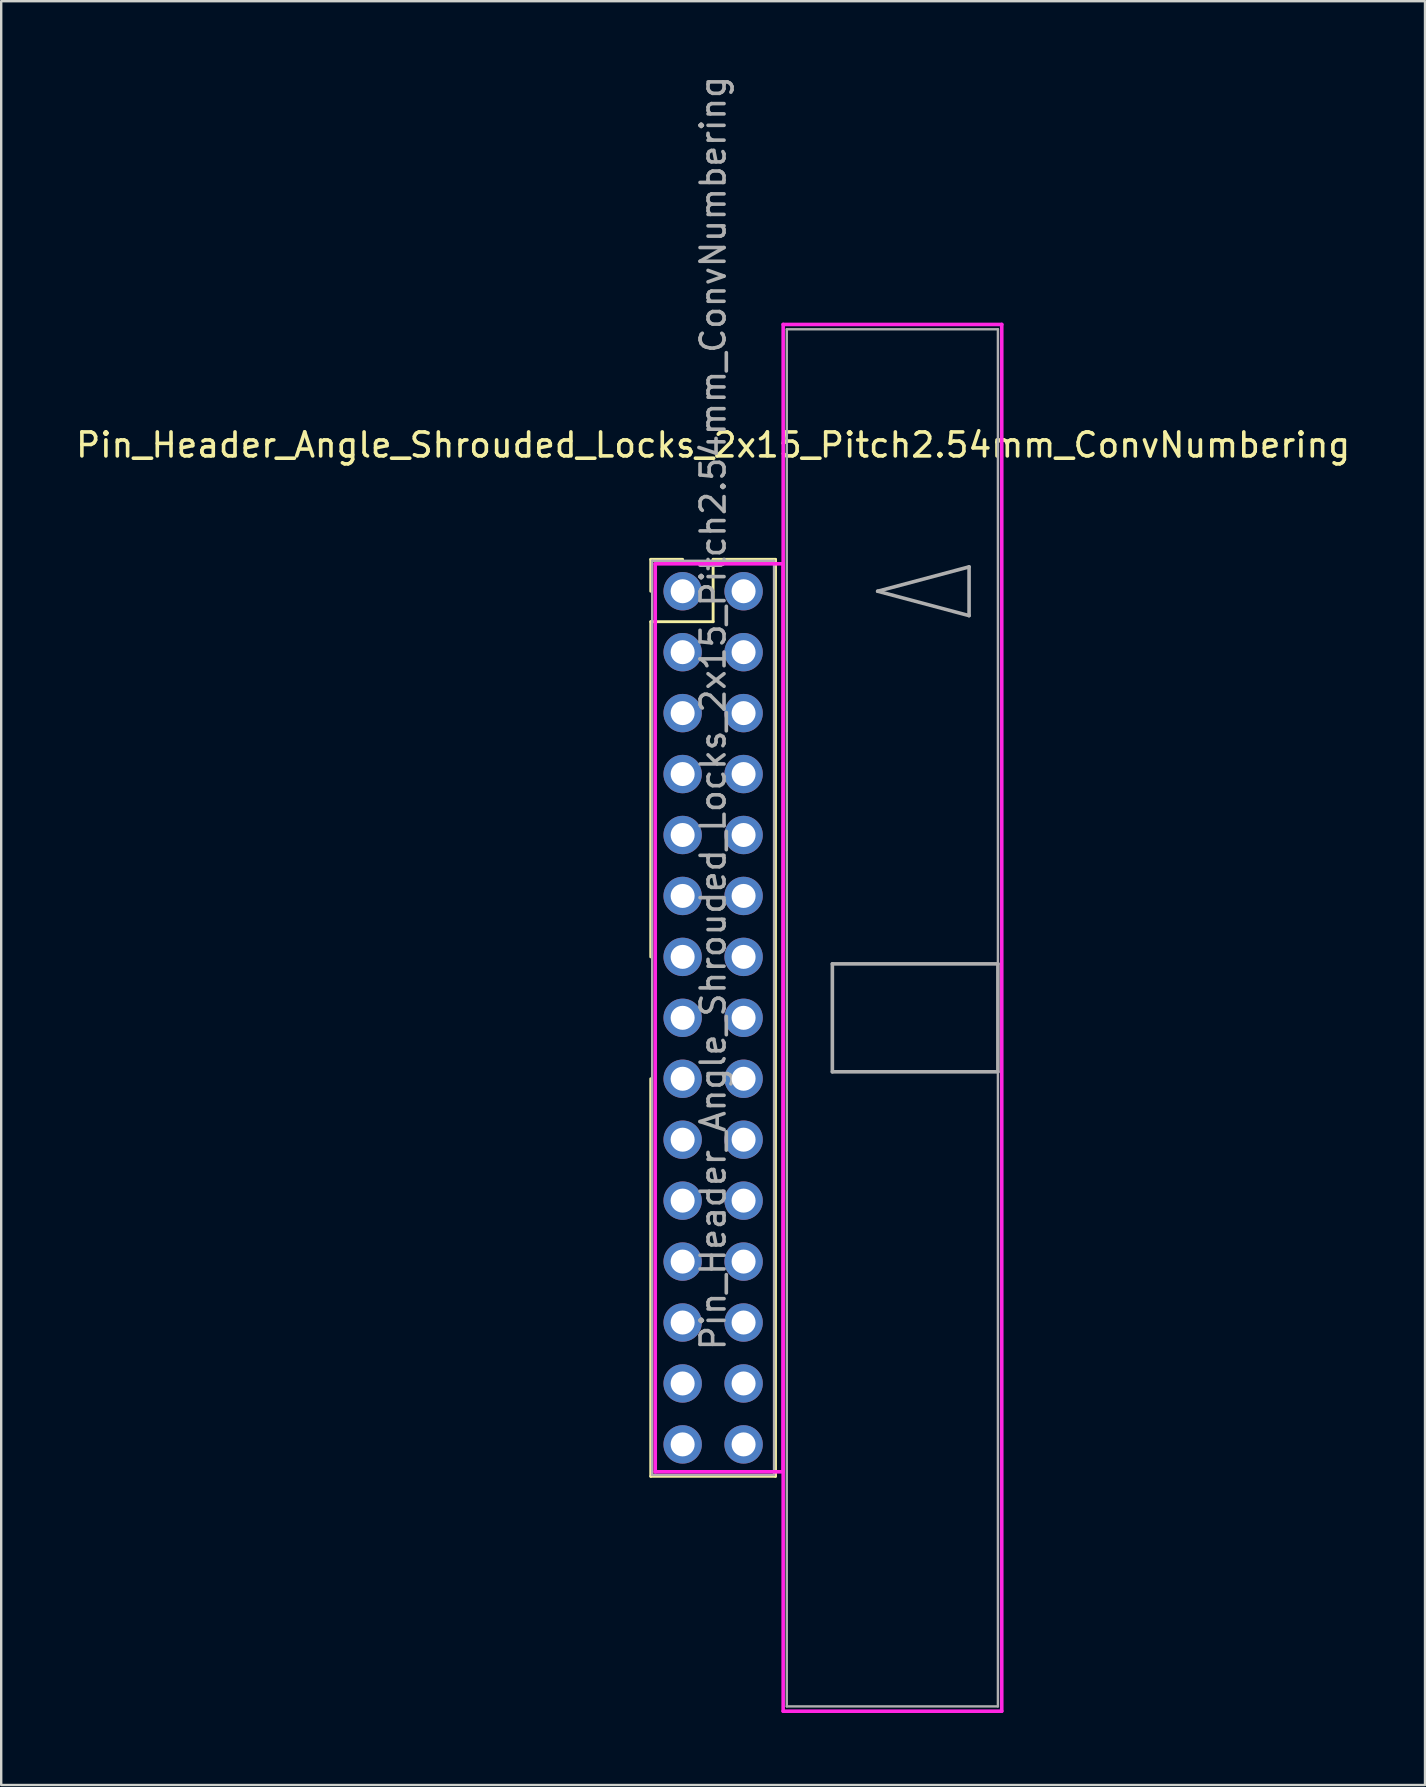
<source format=kicad_pcb>
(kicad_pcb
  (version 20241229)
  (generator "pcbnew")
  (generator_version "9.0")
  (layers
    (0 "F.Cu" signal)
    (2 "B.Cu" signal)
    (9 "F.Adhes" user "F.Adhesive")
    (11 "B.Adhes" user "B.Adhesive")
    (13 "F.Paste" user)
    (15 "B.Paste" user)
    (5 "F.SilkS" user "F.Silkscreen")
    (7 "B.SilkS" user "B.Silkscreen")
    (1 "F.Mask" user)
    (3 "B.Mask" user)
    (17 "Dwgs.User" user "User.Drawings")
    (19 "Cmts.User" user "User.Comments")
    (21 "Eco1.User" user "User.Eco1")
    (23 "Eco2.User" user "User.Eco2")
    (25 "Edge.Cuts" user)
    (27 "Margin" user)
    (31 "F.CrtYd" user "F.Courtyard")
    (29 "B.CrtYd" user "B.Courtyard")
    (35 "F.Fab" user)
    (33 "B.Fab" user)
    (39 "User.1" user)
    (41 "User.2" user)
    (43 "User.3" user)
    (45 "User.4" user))
  (footprint "Pin_Header_Angle_Shrouded_Locks_2x15_Pitch2.54mm_ConvNumbering"
    (layer "F.Cu")
    (at 25.403 21.593)
    (property "Reference" "Pin_Header_Angle_Shrouded_Locks_2x15_Pitch2.54mm_ConvNumbering" (at 1.27 -6.096 0) (layer "F.SilkS") (effects (font (size 1 1) (thickness 0.15))))
    (attr through_hole)
    (fp_line (start -1.33 -1.33) (end 0 -1.33) (stroke (width 0.12) (type solid)) (layer "F.SilkS"))
    (fp_line (start -1.33 0) (end -1.33 -1.33) (stroke (width 0.12) (type solid)) (layer "F.SilkS"))
    (fp_line (start -1.33 1.27) (end -1.33 15.24) (stroke (width 0.12) (type solid)) (layer "F.SilkS"))
    (fp_line (start -1.33 1.27) (end 1.27 1.27) (stroke (width 0.12) (type solid)) (layer "F.SilkS"))
    (fp_line (start -1.33 20.32) (end -1.33 36.89) (stroke (width 0.12) (type solid)) (layer "F.SilkS"))
    (fp_line (start -1.33 36.89) (end 3.87 36.89) (stroke (width 0.12) (type solid)) (layer "F.SilkS"))
    (fp_line (start 1.27 -1.33) (end 3.87 -1.33) (stroke (width 0.12) (type solid)) (layer "F.SilkS"))
    (fp_line (start 1.27 1.27) (end 1.27 -1.33) (stroke (width 0.12) (type solid)) (layer "F.SilkS"))
    (fp_line (start 3.87 -1.33) (end 3.87 36.89) (stroke (width 0.12) (type solid)) (layer "F.SilkS"))
    (fp_line (start -1.143 -1.143) (end -1.143 36.703) (stroke (width 0.15) (type solid)) (layer "F.CrtYd"))
    (fp_line (start -1.143 36.703) (end 4.19 36.703) (stroke (width 0.15) (type solid)) (layer "F.CrtYd"))
    (fp_line (start 4.19 -11.12) (end 4.19 46.68) (stroke (width 0.15) (type solid)) (layer "F.CrtYd"))
    (fp_line (start 4.19 -1.143) (end -1.143 -1.143) (stroke (width 0.15) (type solid)) (layer "F.CrtYd"))
    (fp_line (start 4.19 36.703) (end 4.19 -1.143) (stroke (width 0.15) (type solid)) (layer "F.CrtYd"))
    (fp_line (start 4.19 46.68) (end 13.3 46.68) (stroke (width 0.15) (type solid)) (layer "F.CrtYd"))
    (fp_line (start 13.3 -11.12) (end 4.19 -11.12) (stroke (width 0.15) (type solid)) (layer "F.CrtYd"))
    (fp_line (start 13.3 46.68) (end 13.3 -11.12) (stroke (width 0.15) (type solid)) (layer "F.CrtYd"))
    (fp_line (start -1.27 -1.27) (end -1.27 36.83) (stroke (width 0.1) (type solid)) (layer "F.Fab"))
    (fp_line (start -1.27 36.83) (end 3.81 36.83) (stroke (width 0.1) (type solid)) (layer "F.Fab"))
    (fp_line (start 3.81 -1.27) (end -1.27 -1.27) (stroke (width 0.1) (type solid)) (layer "F.Fab"))
    (fp_line (start 3.81 36.83) (end 3.81 -1.27) (stroke (width 0.1) (type solid)) (layer "F.Fab"))
    (fp_line (start 4.34 -10.92) (end 4.34 46.48) (stroke (width 0.1) (type solid)) (layer "F.Fab"))
    (fp_line (start 4.34 46.48) (end 13.14 46.48) (stroke (width 0.1) (type solid)) (layer "F.Fab"))
    (fp_line (start 6.24 15.53) (end 6.24 20.03) (stroke (width 0.15) (type solid)) (layer "F.Fab"))
    (fp_line (start 6.24 20.03) (end 13.14 20.03) (stroke (width 0.15) (type solid)) (layer "F.Fab"))
    (fp_line (start 8.128 0) (end 11.938 -1.016) (stroke (width 0.15) (type solid)) (layer "F.Fab"))
    (fp_line (start 11.938 -1.016) (end 11.938 1.016) (stroke (width 0.15) (type solid)) (layer "F.Fab"))
    (fp_line (start 11.938 1.016) (end 8.128 0) (stroke (width 0.15) (type solid)) (layer "F.Fab"))
    (fp_line (start 13.14 -10.92) (end 4.34 -10.92) (stroke (width 0.1) (type solid)) (layer "F.Fab"))
    (fp_line (start 13.14 15.53) (end 6.24 15.53) (stroke (width 0.15) (type solid)) (layer "F.Fab"))
    (fp_line (start 13.14 20.03) (end 13.14 15.53) (stroke (width 0.15) (type solid)) (layer "F.Fab"))
    (fp_line (start 13.14 46.48) (end 13.14 -10.92) (stroke (width 0.1) (type solid)) (layer "F.Fab"))
    (fp_text user "${REFERENCE}" (at 1.27 5.08 90) (layer "F.Fab") (effects (font (size 1 1) (thickness 0.15))))
    (pad "1" thru_hole oval (at 0 0) (size 1.6 1.6) (drill 1) (layers "*.Cu" "*.Mask"))
    (pad "2" thru_hole oval (at 2.54 0) (size 1.6 1.6) (drill 1) (layers "*.Cu" "*.Mask"))
    (pad "3" thru_hole oval (at 0 2.54) (size 1.6 1.6) (drill 1) (layers "*.Cu" "*.Mask"))
    (pad "4" thru_hole oval (at 2.54 2.54) (size 1.6 1.6) (drill 1) (layers "*.Cu" "*.Mask"))
    (pad "5" thru_hole oval (at 0 5.08) (size 1.6 1.6) (drill 1) (layers "*.Cu" "*.Mask"))
    (pad "6" thru_hole oval (at 2.54 5.08) (size 1.6 1.6) (drill 1) (layers "*.Cu" "*.Mask"))
    (pad "7" thru_hole oval (at 0 7.62) (size 1.6 1.6) (drill 1) (layers "*.Cu" "*.Mask"))
    (pad "8" thru_hole oval (at 2.54 7.62) (size 1.6 1.6) (drill 1) (layers "*.Cu" "*.Mask"))
    (pad "9" thru_hole oval (at 0 10.16) (size 1.6 1.6) (drill 1) (layers "*.Cu" "*.Mask"))
    (pad "10" thru_hole oval (at 2.54 10.16) (size 1.6 1.6) (drill 1) (layers "*.Cu" "*.Mask"))
    (pad "11" thru_hole oval (at 0 12.7) (size 1.6 1.6) (drill 1) (layers "*.Cu" "*.Mask"))
    (pad "12" thru_hole oval (at 2.54 12.7) (size 1.6 1.6) (drill 1) (layers "*.Cu" "*.Mask"))
    (pad "13" thru_hole oval (at 0 15.24) (size 1.6 1.6) (drill 1) (layers "*.Cu" "*.Mask"))
    (pad "14" thru_hole oval (at 2.54 15.24) (size 1.6 1.6) (drill 1) (layers "*.Cu" "*.Mask"))
    (pad "15" thru_hole oval (at 0 17.78) (size 1.6 1.6) (drill 1) (layers "*.Cu" "*.Mask"))
    (pad "16" thru_hole oval (at 2.54 17.78) (size 1.6 1.6) (drill 1) (layers "*.Cu" "*.Mask"))
    (pad "17" thru_hole oval (at 0 20.32) (size 1.6 1.6) (drill 1) (layers "*.Cu" "*.Mask"))
    (pad "18" thru_hole oval (at 2.54 20.32) (size 1.6 1.6) (drill 1) (layers "*.Cu" "*.Mask"))
    (pad "19" thru_hole oval (at 0 22.86) (size 1.6 1.6) (drill 1) (layers "*.Cu" "*.Mask"))
    (pad "20" thru_hole oval (at 2.54 22.86) (size 1.6 1.6) (drill 1) (layers "*.Cu" "*.Mask"))
    (pad "21" thru_hole oval (at 0 25.4) (size 1.6 1.6) (drill 1) (layers "*.Cu" "*.Mask"))
    (pad "22" thru_hole oval (at 2.54 25.4) (size 1.6 1.6) (drill 1) (layers "*.Cu" "*.Mask"))
    (pad "23" thru_hole oval (at 0 27.94) (size 1.6 1.6) (drill 1) (layers "*.Cu" "*.Mask"))
    (pad "24" thru_hole oval (at 2.54 27.94) (size 1.6 1.6) (drill 1) (layers "*.Cu" "*.Mask"))
    (pad "25" thru_hole oval (at 0 30.48) (size 1.6 1.6) (drill 1) (layers "*.Cu" "*.Mask"))
    (pad "26" thru_hole oval (at 2.54 30.48) (size 1.6 1.6) (drill 1) (layers "*.Cu" "*.Mask"))
    (pad "27" thru_hole oval (at 0 33.02) (size 1.6 1.6) (drill 1) (layers "*.Cu" "*.Mask"))
    (pad "28" thru_hole oval (at 2.54 33.02) (size 1.6 1.6) (drill 1) (layers "*.Cu" "*.Mask"))
    (pad "29" thru_hole oval (at 0 35.56) (size 1.6 1.6) (drill 1) (layers "*.Cu" "*.Mask"))
    (pad "30" thru_hole oval (at 2.54 35.56) (size 1.6 1.6) (drill 1) (layers "*.Cu" "*.Mask")))
  (gr_rect
    (start -3 -3)
    (end 56.345 71.348)
    (stroke (width 0.1) (type default))
    (fill no)
    (layer "Edge.Cuts")))
</source>
